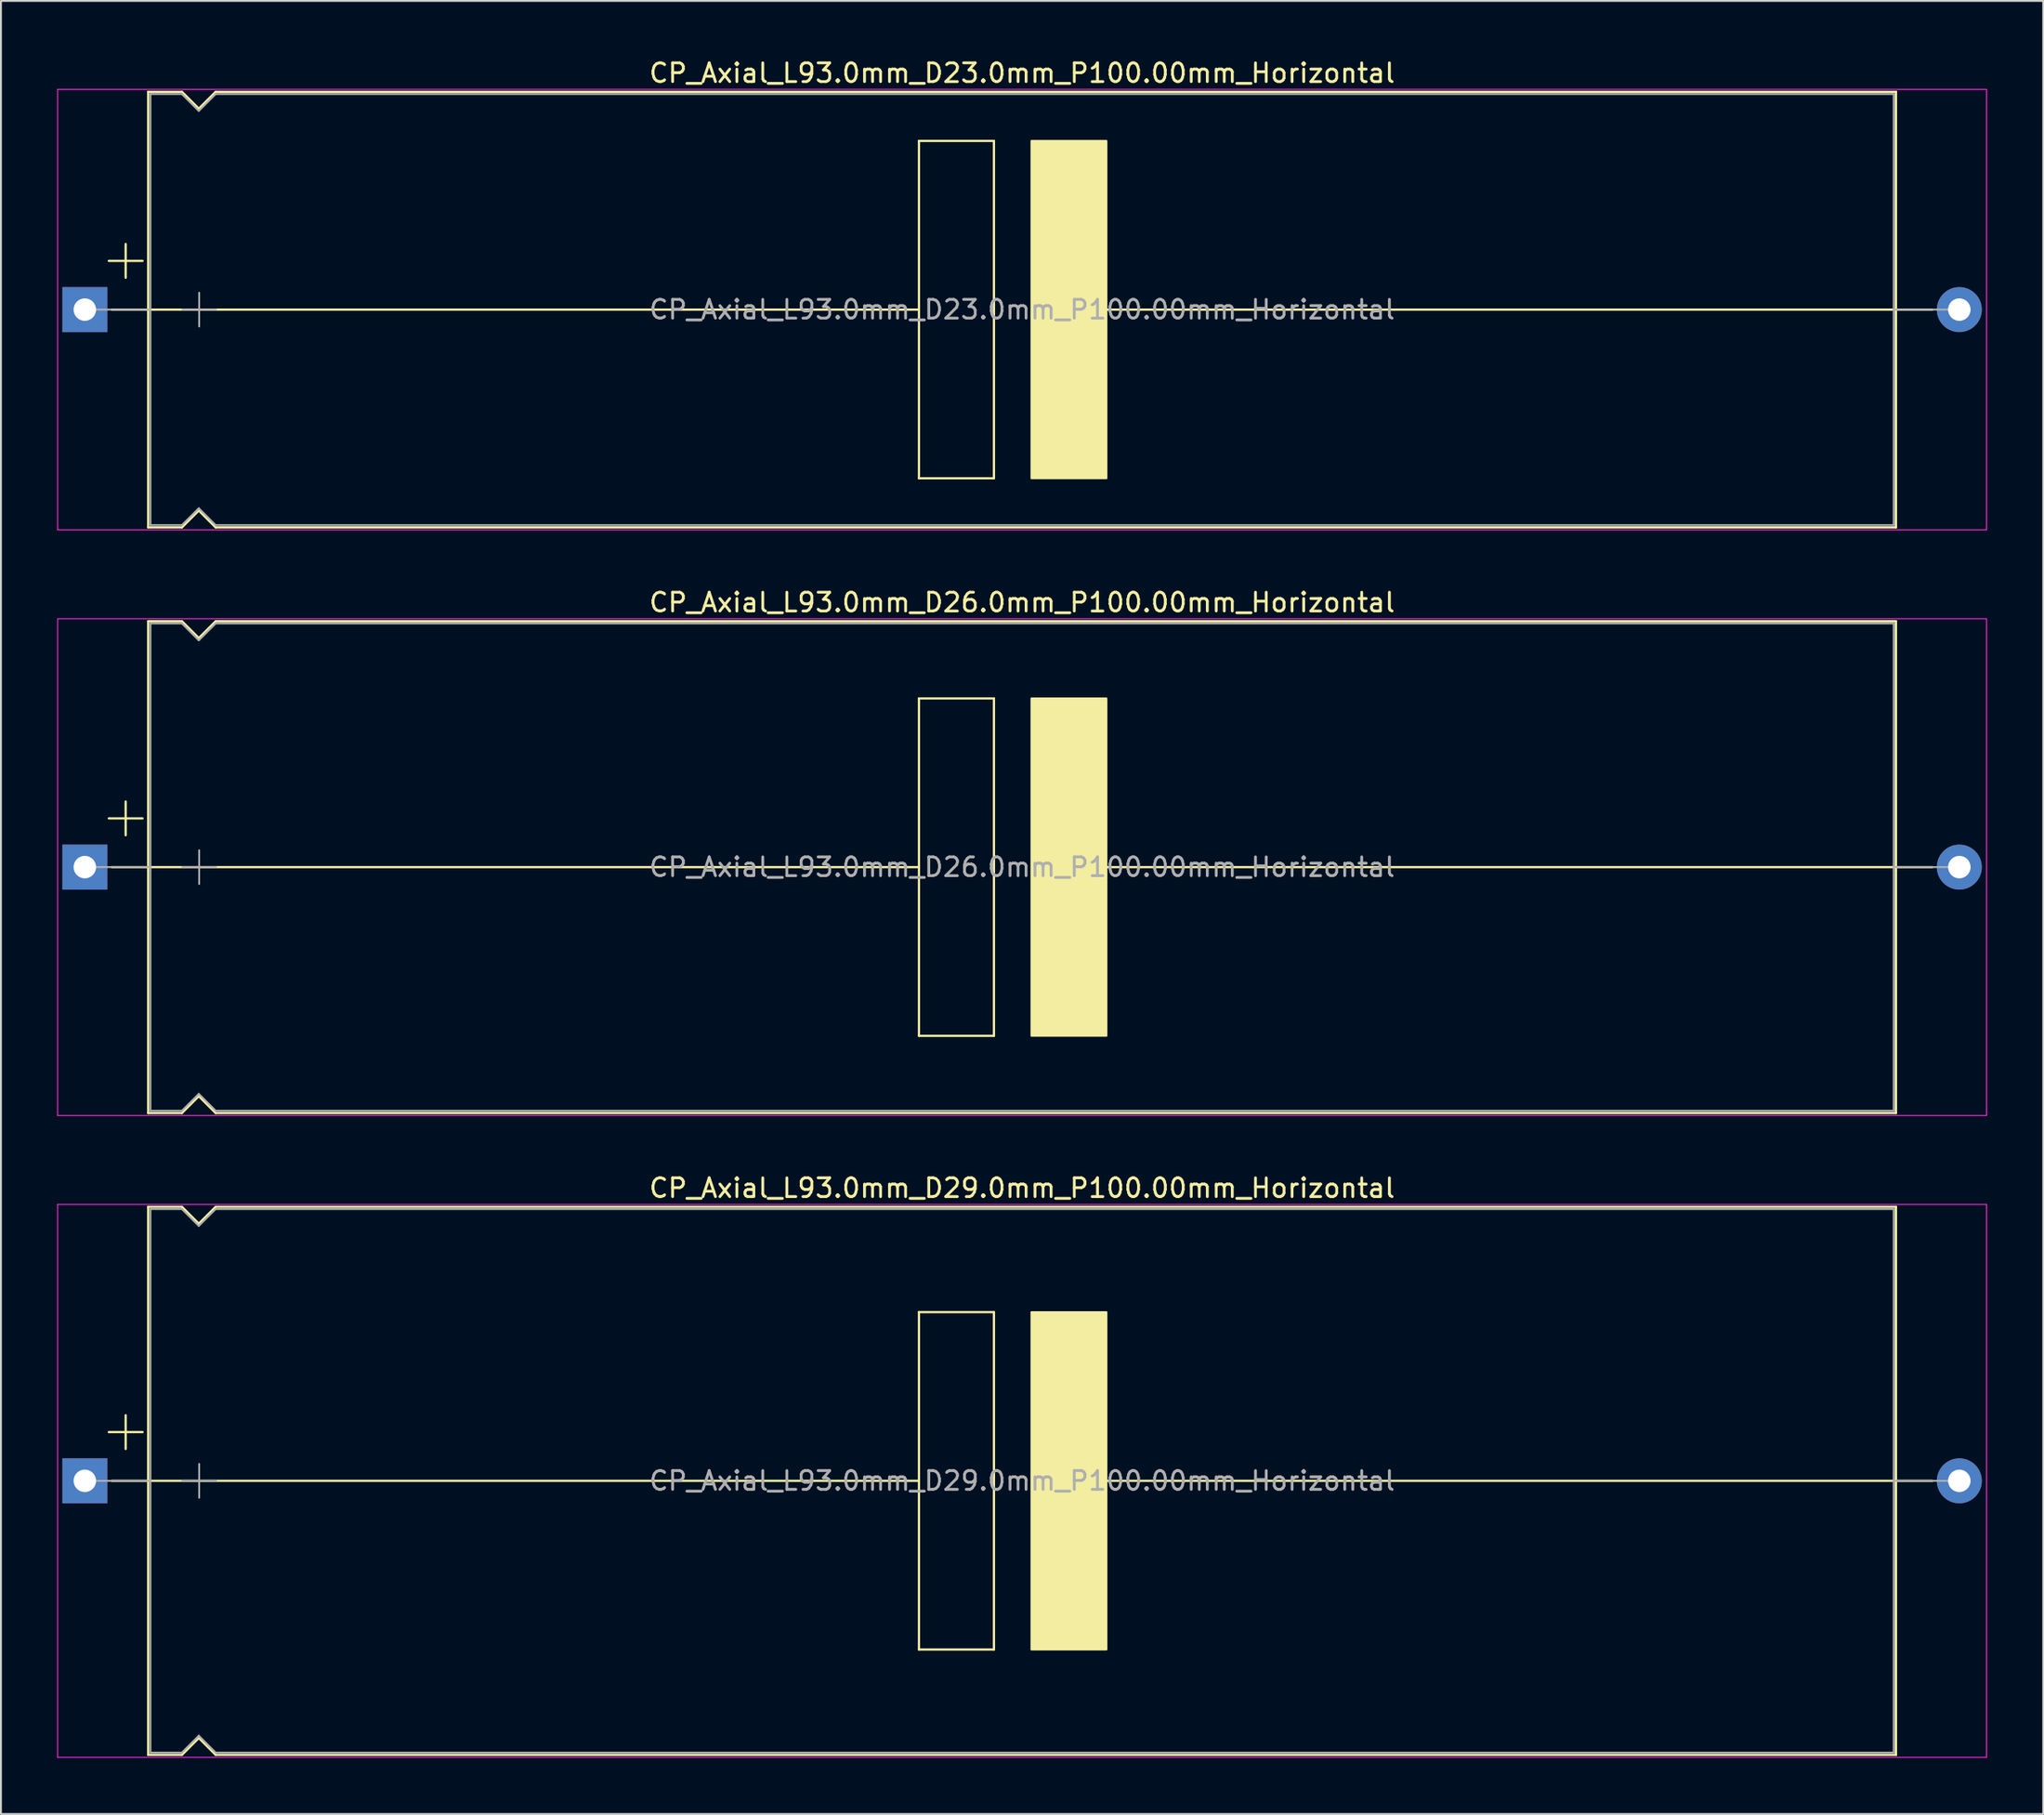
<source format=kicad_pcb>
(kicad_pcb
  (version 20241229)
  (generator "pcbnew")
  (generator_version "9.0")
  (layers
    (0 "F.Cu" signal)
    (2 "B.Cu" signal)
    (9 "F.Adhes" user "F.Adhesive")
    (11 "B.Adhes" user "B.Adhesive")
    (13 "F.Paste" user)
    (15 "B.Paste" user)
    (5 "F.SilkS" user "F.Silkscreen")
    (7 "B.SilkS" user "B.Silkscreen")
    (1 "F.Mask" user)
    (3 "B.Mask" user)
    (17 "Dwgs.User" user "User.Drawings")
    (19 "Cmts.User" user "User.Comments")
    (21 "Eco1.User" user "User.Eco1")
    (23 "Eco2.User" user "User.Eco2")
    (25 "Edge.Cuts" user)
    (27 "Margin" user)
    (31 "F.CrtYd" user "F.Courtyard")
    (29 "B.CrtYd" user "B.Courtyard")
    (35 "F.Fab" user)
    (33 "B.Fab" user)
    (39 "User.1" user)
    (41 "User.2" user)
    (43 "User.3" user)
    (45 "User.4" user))
  (footprint "CP_Axial_L93.0mm_D23.0mm_P100.00mm_Horizontal"
    (layer "F.Cu")
    (at 1.475 13.468)
    (property "Reference" "CP_Axial_L93.0mm_D23.0mm_P100.00mm_Horizontal" (at 50 -12.62 0) (layer "F.SilkS") (effects (font (size 1 1) (thickness 0.15))))
    (attr through_hole)
    (fp_line (start 1.28 -2.6) (end 3.08 -2.6) (stroke (width 0.12) (type solid)) (layer "F.SilkS"))
    (fp_line (start 1.44 0) (end 3.38 0) (stroke (width 0.12) (type solid)) (layer "F.SilkS"))
    (fp_line (start 2.18 -3.5) (end 2.18 -1.7) (stroke (width 0.12) (type solid)) (layer "F.SilkS"))
    (fp_line (start 3.38 -11.62) (end 3.38 11.62) (stroke (width 0.12) (type solid)) (layer "F.SilkS"))
    (fp_line (start 3.38 -11.62) (end 5.18 -11.62) (stroke (width 0.12) (type solid)) (layer "F.SilkS"))
    (fp_line (start 3.38 0) (end 44.5 0) (stroke (width 0.12) (type solid)) (layer "F.SilkS"))
    (fp_line (start 3.38 11.62) (end 5.18 11.62) (stroke (width 0.12) (type solid)) (layer "F.SilkS"))
    (fp_line (start 5.18 -11.62) (end 6.08 -10.72) (stroke (width 0.12) (type solid)) (layer "F.SilkS"))
    (fp_line (start 5.18 11.62) (end 6.08 10.72) (stroke (width 0.12) (type solid)) (layer "F.SilkS"))
    (fp_line (start 6.08 -10.72) (end 6.98 -11.62) (stroke (width 0.12) (type solid)) (layer "F.SilkS"))
    (fp_line (start 6.08 10.72) (end 6.98 11.62) (stroke (width 0.12) (type solid)) (layer "F.SilkS"))
    (fp_line (start 6.98 -11.62) (end 96.62 -11.62) (stroke (width 0.12) (type solid)) (layer "F.SilkS"))
    (fp_line (start 6.98 11.62) (end 96.62 11.62) (stroke (width 0.12) (type solid)) (layer "F.SilkS"))
    (fp_line (start 44.5 -9) (end 48.5 -9) (stroke (width 0.12) (type solid)) (layer "F.SilkS"))
    (fp_line (start 44.5 9) (end 44.5 -9) (stroke (width 0.12) (type solid)) (layer "F.SilkS"))
    (fp_line (start 48.5 -9) (end 48.5 9) (stroke (width 0.12) (type solid)) (layer "F.SilkS"))
    (fp_line (start 48.5 9) (end 44.5 9) (stroke (width 0.12) (type solid)) (layer "F.SilkS"))
    (fp_line (start 54.5 0) (end 96.62 0) (stroke (width 0.12) (type solid)) (layer "F.SilkS"))
    (fp_line (start 96.62 -11.62) (end 96.62 11.62) (stroke (width 0.12) (type solid)) (layer "F.SilkS"))
    (fp_line (start 98.56 0) (end 96.62 0) (stroke (width 0.12) (type solid)) (layer "F.SilkS"))
    (fp_poly (pts (xy 54.5 9) (xy 50.5 9) (xy 50.5 -9) (xy 54.5 -9)) (stroke (width 0.1) (type solid)) (fill yes) (layer "F.SilkS"))
    (fp_line (start -1.45 -11.75) (end -1.45 11.75) (stroke (width 0.05) (type solid)) (layer "F.CrtYd"))
    (fp_line (start -1.45 11.75) (end 101.45 11.75) (stroke (width 0.05) (type solid)) (layer "F.CrtYd"))
    (fp_line (start 101.45 -11.75) (end -1.45 -11.75) (stroke (width 0.05) (type solid)) (layer "F.CrtYd"))
    (fp_line (start 101.45 11.75) (end 101.45 -11.75) (stroke (width 0.05) (type solid)) (layer "F.CrtYd"))
    (fp_line (start 0 0) (end 3.5 0) (stroke (width 0.1) (type solid)) (layer "F.Fab"))
    (fp_line (start 3.5 -11.5) (end 3.5 11.5) (stroke (width 0.1) (type solid)) (layer "F.Fab"))
    (fp_line (start 3.5 -11.5) (end 5.18 -11.5) (stroke (width 0.1) (type solid)) (layer "F.Fab"))
    (fp_line (start 3.5 11.5) (end 5.18 11.5) (stroke (width 0.1) (type solid)) (layer "F.Fab"))
    (fp_line (start 5.18 -11.5) (end 6.08 -10.6) (stroke (width 0.1) (type solid)) (layer "F.Fab"))
    (fp_line (start 5.18 11.5) (end 6.08 10.6) (stroke (width 0.1) (type solid)) (layer "F.Fab"))
    (fp_line (start 5.2 0) (end 7 0) (stroke (width 0.1) (type solid)) (layer "F.Fab"))
    (fp_line (start 6.08 -10.6) (end 6.98 -11.5) (stroke (width 0.1) (type solid)) (layer "F.Fab"))
    (fp_line (start 6.08 10.6) (end 6.98 11.5) (stroke (width 0.1) (type solid)) (layer "F.Fab"))
    (fp_line (start 6.1 -0.9) (end 6.1 0.9) (stroke (width 0.1) (type solid)) (layer "F.Fab"))
    (fp_line (start 6.98 -11.5) (end 96.5 -11.5) (stroke (width 0.1) (type solid)) (layer "F.Fab"))
    (fp_line (start 6.98 11.5) (end 96.5 11.5) (stroke (width 0.1) (type solid)) (layer "F.Fab"))
    (fp_line (start 96.5 -11.5) (end 96.5 11.5) (stroke (width 0.1) (type solid)) (layer "F.Fab"))
    (fp_line (start 100 0) (end 96.5 0) (stroke (width 0.1) (type solid)) (layer "F.Fab"))
    (fp_text user "${REFERENCE}" (at 50 0 0) (layer "F.Fab") (effects (font (size 1 1) (thickness 0.15))))
    (pad "1" thru_hole rect (at 0 0) (size 2.4 2.4) (drill 1.2) (layers "*.Cu" "*.Mask"))
    (pad "2" thru_hole oval (at 100 0) (size 2.4 2.4) (drill 1.2) (layers "*.Cu" "*.Mask")))
  (footprint "CP_Axial_L93.0mm_D29.0mm_P100.00mm_Horizontal"
    (layer "F.Cu")
    (at 1.475 75.955)
    (property "Reference" "CP_Axial_L93.0mm_D29.0mm_P100.00mm_Horizontal" (at 50 -15.62 0) (layer "F.SilkS") (effects (font (size 1 1) (thickness 0.15))))
    (attr through_hole)
    (fp_line (start 1.28 -2.6) (end 3.08 -2.6) (stroke (width 0.12) (type solid)) (layer "F.SilkS"))
    (fp_line (start 1.44 0) (end 3.38 0) (stroke (width 0.12) (type solid)) (layer "F.SilkS"))
    (fp_line (start 2.18 -3.5) (end 2.18 -1.7) (stroke (width 0.12) (type solid)) (layer "F.SilkS"))
    (fp_line (start 3.38 -14.62) (end 3.38 14.62) (stroke (width 0.12) (type solid)) (layer "F.SilkS"))
    (fp_line (start 3.38 -14.62) (end 5.18 -14.62) (stroke (width 0.12) (type solid)) (layer "F.SilkS"))
    (fp_line (start 3.38 0) (end 44.5 0) (stroke (width 0.12) (type solid)) (layer "F.SilkS"))
    (fp_line (start 3.38 14.62) (end 5.18 14.62) (stroke (width 0.12) (type solid)) (layer "F.SilkS"))
    (fp_line (start 5.18 -14.62) (end 6.08 -13.72) (stroke (width 0.12) (type solid)) (layer "F.SilkS"))
    (fp_line (start 5.18 14.62) (end 6.08 13.72) (stroke (width 0.12) (type solid)) (layer "F.SilkS"))
    (fp_line (start 6.08 -13.72) (end 6.98 -14.62) (stroke (width 0.12) (type solid)) (layer "F.SilkS"))
    (fp_line (start 6.08 13.72) (end 6.98 14.62) (stroke (width 0.12) (type solid)) (layer "F.SilkS"))
    (fp_line (start 6.98 -14.62) (end 96.62 -14.62) (stroke (width 0.12) (type solid)) (layer "F.SilkS"))
    (fp_line (start 6.98 14.62) (end 96.62 14.62) (stroke (width 0.12) (type solid)) (layer "F.SilkS"))
    (fp_line (start 44.5 -9) (end 48.5 -9) (stroke (width 0.12) (type solid)) (layer "F.SilkS"))
    (fp_line (start 44.5 9) (end 44.5 -9) (stroke (width 0.12) (type solid)) (layer "F.SilkS"))
    (fp_line (start 48.5 -9) (end 48.5 9) (stroke (width 0.12) (type solid)) (layer "F.SilkS"))
    (fp_line (start 48.5 9) (end 44.5 9) (stroke (width 0.12) (type solid)) (layer "F.SilkS"))
    (fp_line (start 54.5 0) (end 96.62 0) (stroke (width 0.12) (type solid)) (layer "F.SilkS"))
    (fp_line (start 96.62 -14.62) (end 96.62 14.62) (stroke (width 0.12) (type solid)) (layer "F.SilkS"))
    (fp_line (start 98.56 0) (end 96.62 0) (stroke (width 0.12) (type solid)) (layer "F.SilkS"))
    (fp_poly (pts (xy 54.5 9) (xy 50.5 9) (xy 50.5 -9) (xy 54.5 -9)) (stroke (width 0.1) (type solid)) (fill yes) (layer "F.SilkS"))
    (fp_line (start -1.45 -14.75) (end -1.45 14.75) (stroke (width 0.05) (type solid)) (layer "F.CrtYd"))
    (fp_line (start -1.45 14.75) (end 101.45 14.75) (stroke (width 0.05) (type solid)) (layer "F.CrtYd"))
    (fp_line (start 101.45 -14.75) (end -1.45 -14.75) (stroke (width 0.05) (type solid)) (layer "F.CrtYd"))
    (fp_line (start 101.45 14.75) (end 101.45 -14.75) (stroke (width 0.05) (type solid)) (layer "F.CrtYd"))
    (fp_line (start 0 0) (end 3.5 0) (stroke (width 0.1) (type solid)) (layer "F.Fab"))
    (fp_line (start 3.5 -14.5) (end 3.5 14.5) (stroke (width 0.1) (type solid)) (layer "F.Fab"))
    (fp_line (start 3.5 -14.5) (end 5.18 -14.5) (stroke (width 0.1) (type solid)) (layer "F.Fab"))
    (fp_line (start 3.5 14.5) (end 5.18 14.5) (stroke (width 0.1) (type solid)) (layer "F.Fab"))
    (fp_line (start 5.18 -14.5) (end 6.08 -13.6) (stroke (width 0.1) (type solid)) (layer "F.Fab"))
    (fp_line (start 5.18 14.5) (end 6.08 13.6) (stroke (width 0.1) (type solid)) (layer "F.Fab"))
    (fp_line (start 5.2 0) (end 7 0) (stroke (width 0.1) (type solid)) (layer "F.Fab"))
    (fp_line (start 6.08 -13.6) (end 6.98 -14.5) (stroke (width 0.1) (type solid)) (layer "F.Fab"))
    (fp_line (start 6.08 13.6) (end 6.98 14.5) (stroke (width 0.1) (type solid)) (layer "F.Fab"))
    (fp_line (start 6.1 -0.9) (end 6.1 0.9) (stroke (width 0.1) (type solid)) (layer "F.Fab"))
    (fp_line (start 6.98 -14.5) (end 96.5 -14.5) (stroke (width 0.1) (type solid)) (layer "F.Fab"))
    (fp_line (start 6.98 14.5) (end 96.5 14.5) (stroke (width 0.1) (type solid)) (layer "F.Fab"))
    (fp_line (start 96.5 -14.5) (end 96.5 14.5) (stroke (width 0.1) (type solid)) (layer "F.Fab"))
    (fp_line (start 100 0) (end 96.5 0) (stroke (width 0.1) (type solid)) (layer "F.Fab"))
    (fp_text user "${REFERENCE}" (at 50 0 0) (layer "F.Fab") (effects (font (size 1 1) (thickness 0.15))))
    (pad "1" thru_hole rect (at 0 0) (size 2.4 2.4) (drill 1.2) (layers "*.Cu" "*.Mask"))
    (pad "2" thru_hole oval (at 100 0) (size 2.4 2.4) (drill 1.2) (layers "*.Cu" "*.Mask")))
  (footprint "CP_Axial_L93.0mm_D26.0mm_P100.00mm_Horizontal"
    (layer "F.Cu")
    (at 1.475 43.212)
    (property "Reference" "CP_Axial_L93.0mm_D26.0mm_P100.00mm_Horizontal" (at 50 -14.12 0) (layer "F.SilkS") (effects (font (size 1 1) (thickness 0.15))))
    (attr through_hole)
    (fp_line (start 1.28 -2.6) (end 3.08 -2.6) (stroke (width 0.12) (type solid)) (layer "F.SilkS"))
    (fp_line (start 1.44 0) (end 3.38 0) (stroke (width 0.12) (type solid)) (layer "F.SilkS"))
    (fp_line (start 2.18 -3.5) (end 2.18 -1.7) (stroke (width 0.12) (type solid)) (layer "F.SilkS"))
    (fp_line (start 3.38 -13.12) (end 3.38 13.12) (stroke (width 0.12) (type solid)) (layer "F.SilkS"))
    (fp_line (start 3.38 -13.12) (end 5.18 -13.12) (stroke (width 0.12) (type solid)) (layer "F.SilkS"))
    (fp_line (start 3.38 0) (end 44.5 0) (stroke (width 0.12) (type solid)) (layer "F.SilkS"))
    (fp_line (start 3.38 13.12) (end 5.18 13.12) (stroke (width 0.12) (type solid)) (layer "F.SilkS"))
    (fp_line (start 5.18 -13.12) (end 6.08 -12.22) (stroke (width 0.12) (type solid)) (layer "F.SilkS"))
    (fp_line (start 5.18 13.12) (end 6.08 12.22) (stroke (width 0.12) (type solid)) (layer "F.SilkS"))
    (fp_line (start 6.08 -12.22) (end 6.98 -13.12) (stroke (width 0.12) (type solid)) (layer "F.SilkS"))
    (fp_line (start 6.08 12.22) (end 6.98 13.12) (stroke (width 0.12) (type solid)) (layer "F.SilkS"))
    (fp_line (start 6.98 -13.12) (end 96.62 -13.12) (stroke (width 0.12) (type solid)) (layer "F.SilkS"))
    (fp_line (start 6.98 13.12) (end 96.62 13.12) (stroke (width 0.12) (type solid)) (layer "F.SilkS"))
    (fp_line (start 44.5 -9) (end 48.5 -9) (stroke (width 0.12) (type solid)) (layer "F.SilkS"))
    (fp_line (start 44.5 9) (end 44.5 -9) (stroke (width 0.12) (type solid)) (layer "F.SilkS"))
    (fp_line (start 48.5 -9) (end 48.5 9) (stroke (width 0.12) (type solid)) (layer "F.SilkS"))
    (fp_line (start 48.5 9) (end 44.5 9) (stroke (width 0.12) (type solid)) (layer "F.SilkS"))
    (fp_line (start 54.5 0) (end 96.62 0) (stroke (width 0.12) (type solid)) (layer "F.SilkS"))
    (fp_line (start 96.62 -13.12) (end 96.62 13.12) (stroke (width 0.12) (type solid)) (layer "F.SilkS"))
    (fp_line (start 98.56 0) (end 96.62 0) (stroke (width 0.12) (type solid)) (layer "F.SilkS"))
    (fp_poly (pts (xy 54.5 9) (xy 50.5 9) (xy 50.5 -9) (xy 54.5 -9)) (stroke (width 0.1) (type solid)) (fill yes) (layer "F.SilkS"))
    (fp_line (start -1.45 -13.25) (end -1.45 13.25) (stroke (width 0.05) (type solid)) (layer "F.CrtYd"))
    (fp_line (start -1.45 13.25) (end 101.45 13.25) (stroke (width 0.05) (type solid)) (layer "F.CrtYd"))
    (fp_line (start 101.45 -13.25) (end -1.45 -13.25) (stroke (width 0.05) (type solid)) (layer "F.CrtYd"))
    (fp_line (start 101.45 13.25) (end 101.45 -13.25) (stroke (width 0.05) (type solid)) (layer "F.CrtYd"))
    (fp_line (start 0 0) (end 3.5 0) (stroke (width 0.1) (type solid)) (layer "F.Fab"))
    (fp_line (start 3.5 -13) (end 3.5 13) (stroke (width 0.1) (type solid)) (layer "F.Fab"))
    (fp_line (start 3.5 -13) (end 5.18 -13) (stroke (width 0.1) (type solid)) (layer "F.Fab"))
    (fp_line (start 3.5 13) (end 5.18 13) (stroke (width 0.1) (type solid)) (layer "F.Fab"))
    (fp_line (start 5.18 -13) (end 6.08 -12.1) (stroke (width 0.1) (type solid)) (layer "F.Fab"))
    (fp_line (start 5.18 13) (end 6.08 12.1) (stroke (width 0.1) (type solid)) (layer "F.Fab"))
    (fp_line (start 5.2 0) (end 7 0) (stroke (width 0.1) (type solid)) (layer "F.Fab"))
    (fp_line (start 6.08 -12.1) (end 6.98 -13) (stroke (width 0.1) (type solid)) (layer "F.Fab"))
    (fp_line (start 6.08 12.1) (end 6.98 13) (stroke (width 0.1) (type solid)) (layer "F.Fab"))
    (fp_line (start 6.1 -0.9) (end 6.1 0.9) (stroke (width 0.1) (type solid)) (layer "F.Fab"))
    (fp_line (start 6.98 -13) (end 96.5 -13) (stroke (width 0.1) (type solid)) (layer "F.Fab"))
    (fp_line (start 6.98 13) (end 96.5 13) (stroke (width 0.1) (type solid)) (layer "F.Fab"))
    (fp_line (start 96.5 -13) (end 96.5 13) (stroke (width 0.1) (type solid)) (layer "F.Fab"))
    (fp_line (start 100 0) (end 96.5 0) (stroke (width 0.1) (type solid)) (layer "F.Fab"))
    (fp_text user "${REFERENCE}" (at 50 0 0) (layer "F.Fab") (effects (font (size 1 1) (thickness 0.15))))
    (pad "1" thru_hole rect (at 0 0) (size 2.4 2.4) (drill 1.2) (layers "*.Cu" "*.Mask"))
    (pad "2" thru_hole oval (at 100 0) (size 2.4 2.4) (drill 1.2) (layers "*.Cu" "*.Mask")))
  (gr_rect
    (start -3 -3)
    (end 105.95 93.73)
    (stroke (width 0.1) (type default))
    (fill no)
    (layer "Edge.Cuts")))
</source>
